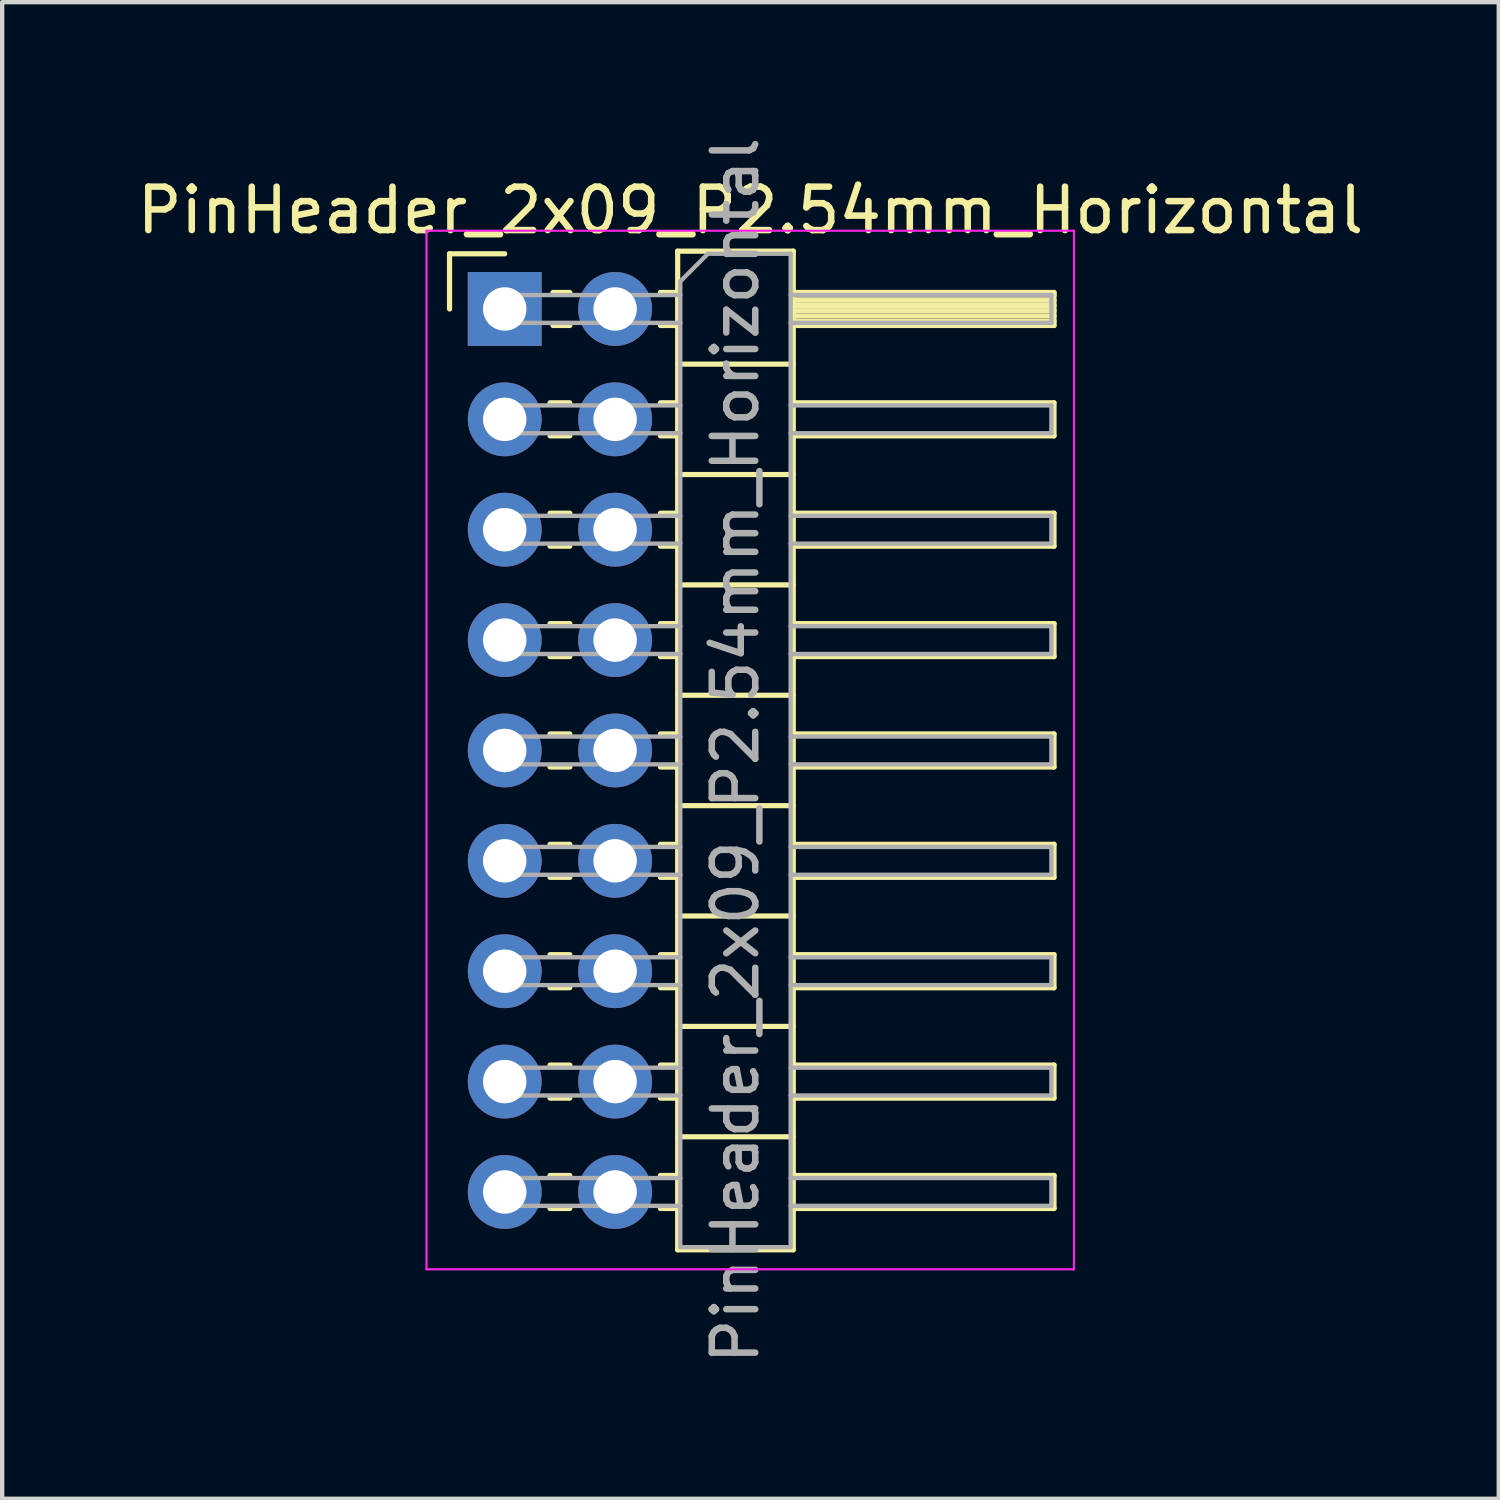
<source format=kicad_pcb>
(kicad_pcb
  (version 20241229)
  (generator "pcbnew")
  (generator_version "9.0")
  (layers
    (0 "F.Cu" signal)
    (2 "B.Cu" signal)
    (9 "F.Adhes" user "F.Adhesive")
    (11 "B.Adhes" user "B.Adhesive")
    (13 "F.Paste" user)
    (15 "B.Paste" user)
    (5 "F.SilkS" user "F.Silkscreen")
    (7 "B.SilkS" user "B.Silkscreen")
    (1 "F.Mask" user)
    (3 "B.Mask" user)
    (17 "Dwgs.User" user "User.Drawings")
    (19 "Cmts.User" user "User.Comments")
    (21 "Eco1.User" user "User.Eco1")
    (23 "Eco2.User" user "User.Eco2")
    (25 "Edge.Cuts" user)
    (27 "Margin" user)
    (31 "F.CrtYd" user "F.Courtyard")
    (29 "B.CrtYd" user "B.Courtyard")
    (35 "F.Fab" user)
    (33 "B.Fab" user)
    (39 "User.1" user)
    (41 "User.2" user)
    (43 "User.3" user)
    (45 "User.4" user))
  (footprint "PinHeader_2x09_P2.54mm_Horizontal"
    (layer "F.Cu")
    (at 8.565 4.06)
    (property "Reference" "PinHeader_2x09_P2.54mm_Horizontal" (at 5.655 -2.27 0) (layer "F.SilkS") (effects (font (size 1 1) (thickness 0.15))))
    (attr through_hole)
    (fp_line (start -1.27 -1.27) (end 0 -1.27) (stroke (width 0.12) (type solid)) (layer "F.SilkS"))
    (fp_line (start -1.27 0) (end -1.27 -1.27) (stroke (width 0.12) (type solid)) (layer "F.SilkS"))
    (fp_line (start 1.043 2.16) (end 1.497 2.16) (stroke (width 0.12) (type solid)) (layer "F.SilkS"))
    (fp_line (start 1.043 2.92) (end 1.497 2.92) (stroke (width 0.12) (type solid)) (layer "F.SilkS"))
    (fp_line (start 1.043 4.7) (end 1.497 4.7) (stroke (width 0.12) (type solid)) (layer "F.SilkS"))
    (fp_line (start 1.043 5.46) (end 1.497 5.46) (stroke (width 0.12) (type solid)) (layer "F.SilkS"))
    (fp_line (start 1.043 7.24) (end 1.497 7.24) (stroke (width 0.12) (type solid)) (layer "F.SilkS"))
    (fp_line (start 1.043 8) (end 1.497 8) (stroke (width 0.12) (type solid)) (layer "F.SilkS"))
    (fp_line (start 1.043 9.78) (end 1.497 9.78) (stroke (width 0.12) (type solid)) (layer "F.SilkS"))
    (fp_line (start 1.043 10.54) (end 1.497 10.54) (stroke (width 0.12) (type solid)) (layer "F.SilkS"))
    (fp_line (start 1.043 12.32) (end 1.497 12.32) (stroke (width 0.12) (type solid)) (layer "F.SilkS"))
    (fp_line (start 1.043 13.08) (end 1.497 13.08) (stroke (width 0.12) (type solid)) (layer "F.SilkS"))
    (fp_line (start 1.043 14.86) (end 1.497 14.86) (stroke (width 0.12) (type solid)) (layer "F.SilkS"))
    (fp_line (start 1.043 15.62) (end 1.497 15.62) (stroke (width 0.12) (type solid)) (layer "F.SilkS"))
    (fp_line (start 1.043 17.4) (end 1.497 17.4) (stroke (width 0.12) (type solid)) (layer "F.SilkS"))
    (fp_line (start 1.043 18.16) (end 1.497 18.16) (stroke (width 0.12) (type solid)) (layer "F.SilkS"))
    (fp_line (start 1.043 19.94) (end 1.497 19.94) (stroke (width 0.12) (type solid)) (layer "F.SilkS"))
    (fp_line (start 1.043 20.7) (end 1.497 20.7) (stroke (width 0.12) (type solid)) (layer "F.SilkS"))
    (fp_line (start 1.11 -0.38) (end 1.497 -0.38) (stroke (width 0.12) (type solid)) (layer "F.SilkS"))
    (fp_line (start 1.11 0.38) (end 1.497 0.38) (stroke (width 0.12) (type solid)) (layer "F.SilkS"))
    (fp_line (start 3.583 -0.38) (end 3.98 -0.38) (stroke (width 0.12) (type solid)) (layer "F.SilkS"))
    (fp_line (start 3.583 0.38) (end 3.98 0.38) (stroke (width 0.12) (type solid)) (layer "F.SilkS"))
    (fp_line (start 3.583 2.16) (end 3.98 2.16) (stroke (width 0.12) (type solid)) (layer "F.SilkS"))
    (fp_line (start 3.583 2.92) (end 3.98 2.92) (stroke (width 0.12) (type solid)) (layer "F.SilkS"))
    (fp_line (start 3.583 4.7) (end 3.98 4.7) (stroke (width 0.12) (type solid)) (layer "F.SilkS"))
    (fp_line (start 3.583 5.46) (end 3.98 5.46) (stroke (width 0.12) (type solid)) (layer "F.SilkS"))
    (fp_line (start 3.583 7.24) (end 3.98 7.24) (stroke (width 0.12) (type solid)) (layer "F.SilkS"))
    (fp_line (start 3.583 8) (end 3.98 8) (stroke (width 0.12) (type solid)) (layer "F.SilkS"))
    (fp_line (start 3.583 9.78) (end 3.98 9.78) (stroke (width 0.12) (type solid)) (layer "F.SilkS"))
    (fp_line (start 3.583 10.54) (end 3.98 10.54) (stroke (width 0.12) (type solid)) (layer "F.SilkS"))
    (fp_line (start 3.583 12.32) (end 3.98 12.32) (stroke (width 0.12) (type solid)) (layer "F.SilkS"))
    (fp_line (start 3.583 13.08) (end 3.98 13.08) (stroke (width 0.12) (type solid)) (layer "F.SilkS"))
    (fp_line (start 3.583 14.86) (end 3.98 14.86) (stroke (width 0.12) (type solid)) (layer "F.SilkS"))
    (fp_line (start 3.583 15.62) (end 3.98 15.62) (stroke (width 0.12) (type solid)) (layer "F.SilkS"))
    (fp_line (start 3.583 17.4) (end 3.98 17.4) (stroke (width 0.12) (type solid)) (layer "F.SilkS"))
    (fp_line (start 3.583 18.16) (end 3.98 18.16) (stroke (width 0.12) (type solid)) (layer "F.SilkS"))
    (fp_line (start 3.583 19.94) (end 3.98 19.94) (stroke (width 0.12) (type solid)) (layer "F.SilkS"))
    (fp_line (start 3.583 20.7) (end 3.98 20.7) (stroke (width 0.12) (type solid)) (layer "F.SilkS"))
    (fp_line (start 3.98 -1.33) (end 3.98 21.65) (stroke (width 0.12) (type solid)) (layer "F.SilkS"))
    (fp_line (start 3.98 1.27) (end 6.64 1.27) (stroke (width 0.12) (type solid)) (layer "F.SilkS"))
    (fp_line (start 3.98 3.81) (end 6.64 3.81) (stroke (width 0.12) (type solid)) (layer "F.SilkS"))
    (fp_line (start 3.98 6.35) (end 6.64 6.35) (stroke (width 0.12) (type solid)) (layer "F.SilkS"))
    (fp_line (start 3.98 8.89) (end 6.64 8.89) (stroke (width 0.12) (type solid)) (layer "F.SilkS"))
    (fp_line (start 3.98 11.43) (end 6.64 11.43) (stroke (width 0.12) (type solid)) (layer "F.SilkS"))
    (fp_line (start 3.98 13.97) (end 6.64 13.97) (stroke (width 0.12) (type solid)) (layer "F.SilkS"))
    (fp_line (start 3.98 16.51) (end 6.64 16.51) (stroke (width 0.12) (type solid)) (layer "F.SilkS"))
    (fp_line (start 3.98 19.05) (end 6.64 19.05) (stroke (width 0.12) (type solid)) (layer "F.SilkS"))
    (fp_line (start 3.98 21.65) (end 6.64 21.65) (stroke (width 0.12) (type solid)) (layer "F.SilkS"))
    (fp_line (start 6.64 -1.33) (end 3.98 -1.33) (stroke (width 0.12) (type solid)) (layer "F.SilkS"))
    (fp_line (start 6.64 -0.38) (end 12.64 -0.38) (stroke (width 0.12) (type solid)) (layer "F.SilkS"))
    (fp_line (start 6.64 -0.32) (end 12.64 -0.32) (stroke (width 0.12) (type solid)) (layer "F.SilkS"))
    (fp_line (start 6.64 -0.2) (end 12.64 -0.2) (stroke (width 0.12) (type solid)) (layer "F.SilkS"))
    (fp_line (start 6.64 -0.08) (end 12.64 -0.08) (stroke (width 0.12) (type solid)) (layer "F.SilkS"))
    (fp_line (start 6.64 0.04) (end 12.64 0.04) (stroke (width 0.12) (type solid)) (layer "F.SilkS"))
    (fp_line (start 6.64 0.16) (end 12.64 0.16) (stroke (width 0.12) (type solid)) (layer "F.SilkS"))
    (fp_line (start 6.64 0.28) (end 12.64 0.28) (stroke (width 0.12) (type solid)) (layer "F.SilkS"))
    (fp_line (start 6.64 2.16) (end 12.64 2.16) (stroke (width 0.12) (type solid)) (layer "F.SilkS"))
    (fp_line (start 6.64 4.7) (end 12.64 4.7) (stroke (width 0.12) (type solid)) (layer "F.SilkS"))
    (fp_line (start 6.64 7.24) (end 12.64 7.24) (stroke (width 0.12) (type solid)) (layer "F.SilkS"))
    (fp_line (start 6.64 9.78) (end 12.64 9.78) (stroke (width 0.12) (type solid)) (layer "F.SilkS"))
    (fp_line (start 6.64 12.32) (end 12.64 12.32) (stroke (width 0.12) (type solid)) (layer "F.SilkS"))
    (fp_line (start 6.64 14.86) (end 12.64 14.86) (stroke (width 0.12) (type solid)) (layer "F.SilkS"))
    (fp_line (start 6.64 17.4) (end 12.64 17.4) (stroke (width 0.12) (type solid)) (layer "F.SilkS"))
    (fp_line (start 6.64 19.94) (end 12.64 19.94) (stroke (width 0.12) (type solid)) (layer "F.SilkS"))
    (fp_line (start 6.64 21.65) (end 6.64 -1.33) (stroke (width 0.12) (type solid)) (layer "F.SilkS"))
    (fp_line (start 12.64 -0.38) (end 12.64 0.38) (stroke (width 0.12) (type solid)) (layer "F.SilkS"))
    (fp_line (start 12.64 0.38) (end 6.64 0.38) (stroke (width 0.12) (type solid)) (layer "F.SilkS"))
    (fp_line (start 12.64 2.16) (end 12.64 2.92) (stroke (width 0.12) (type solid)) (layer "F.SilkS"))
    (fp_line (start 12.64 2.92) (end 6.64 2.92) (stroke (width 0.12) (type solid)) (layer "F.SilkS"))
    (fp_line (start 12.64 4.7) (end 12.64 5.46) (stroke (width 0.12) (type solid)) (layer "F.SilkS"))
    (fp_line (start 12.64 5.46) (end 6.64 5.46) (stroke (width 0.12) (type solid)) (layer "F.SilkS"))
    (fp_line (start 12.64 7.24) (end 12.64 8) (stroke (width 0.12) (type solid)) (layer "F.SilkS"))
    (fp_line (start 12.64 8) (end 6.64 8) (stroke (width 0.12) (type solid)) (layer "F.SilkS"))
    (fp_line (start 12.64 9.78) (end 12.64 10.54) (stroke (width 0.12) (type solid)) (layer "F.SilkS"))
    (fp_line (start 12.64 10.54) (end 6.64 10.54) (stroke (width 0.12) (type solid)) (layer "F.SilkS"))
    (fp_line (start 12.64 12.32) (end 12.64 13.08) (stroke (width 0.12) (type solid)) (layer "F.SilkS"))
    (fp_line (start 12.64 13.08) (end 6.64 13.08) (stroke (width 0.12) (type solid)) (layer "F.SilkS"))
    (fp_line (start 12.64 14.86) (end 12.64 15.62) (stroke (width 0.12) (type solid)) (layer "F.SilkS"))
    (fp_line (start 12.64 15.62) (end 6.64 15.62) (stroke (width 0.12) (type solid)) (layer "F.SilkS"))
    (fp_line (start 12.64 17.4) (end 12.64 18.16) (stroke (width 0.12) (type solid)) (layer "F.SilkS"))
    (fp_line (start 12.64 18.16) (end 6.64 18.16) (stroke (width 0.12) (type solid)) (layer "F.SilkS"))
    (fp_line (start 12.64 19.94) (end 12.64 20.7) (stroke (width 0.12) (type solid)) (layer "F.SilkS"))
    (fp_line (start 12.64 20.7) (end 6.64 20.7) (stroke (width 0.12) (type solid)) (layer "F.SilkS"))
    (fp_line (start -1.8 -1.8) (end -1.8 22.1) (stroke (width 0.05) (type solid)) (layer "F.CrtYd"))
    (fp_line (start -1.8 22.1) (end 13.1 22.1) (stroke (width 0.05) (type solid)) (layer "F.CrtYd"))
    (fp_line (start 13.1 -1.8) (end -1.8 -1.8) (stroke (width 0.05) (type solid)) (layer "F.CrtYd"))
    (fp_line (start 13.1 22.1) (end 13.1 -1.8) (stroke (width 0.05) (type solid)) (layer "F.CrtYd"))
    (fp_line (start -0.32 -0.32) (end -0.32 0.32) (stroke (width 0.1) (type solid)) (layer "F.Fab"))
    (fp_line (start -0.32 -0.32) (end 4.04 -0.32) (stroke (width 0.1) (type solid)) (layer "F.Fab"))
    (fp_line (start -0.32 0.32) (end 4.04 0.32) (stroke (width 0.1) (type solid)) (layer "F.Fab"))
    (fp_line (start -0.32 2.22) (end -0.32 2.86) (stroke (width 0.1) (type solid)) (layer "F.Fab"))
    (fp_line (start -0.32 2.22) (end 4.04 2.22) (stroke (width 0.1) (type solid)) (layer "F.Fab"))
    (fp_line (start -0.32 2.86) (end 4.04 2.86) (stroke (width 0.1) (type solid)) (layer "F.Fab"))
    (fp_line (start -0.32 4.76) (end -0.32 5.4) (stroke (width 0.1) (type solid)) (layer "F.Fab"))
    (fp_line (start -0.32 4.76) (end 4.04 4.76) (stroke (width 0.1) (type solid)) (layer "F.Fab"))
    (fp_line (start -0.32 5.4) (end 4.04 5.4) (stroke (width 0.1) (type solid)) (layer "F.Fab"))
    (fp_line (start -0.32 7.3) (end -0.32 7.94) (stroke (width 0.1) (type solid)) (layer "F.Fab"))
    (fp_line (start -0.32 7.3) (end 4.04 7.3) (stroke (width 0.1) (type solid)) (layer "F.Fab"))
    (fp_line (start -0.32 7.94) (end 4.04 7.94) (stroke (width 0.1) (type solid)) (layer "F.Fab"))
    (fp_line (start -0.32 9.84) (end -0.32 10.48) (stroke (width 0.1) (type solid)) (layer "F.Fab"))
    (fp_line (start -0.32 9.84) (end 4.04 9.84) (stroke (width 0.1) (type solid)) (layer "F.Fab"))
    (fp_line (start -0.32 10.48) (end 4.04 10.48) (stroke (width 0.1) (type solid)) (layer "F.Fab"))
    (fp_line (start -0.32 12.38) (end -0.32 13.02) (stroke (width 0.1) (type solid)) (layer "F.Fab"))
    (fp_line (start -0.32 12.38) (end 4.04 12.38) (stroke (width 0.1) (type solid)) (layer "F.Fab"))
    (fp_line (start -0.32 13.02) (end 4.04 13.02) (stroke (width 0.1) (type solid)) (layer "F.Fab"))
    (fp_line (start -0.32 14.92) (end -0.32 15.56) (stroke (width 0.1) (type solid)) (layer "F.Fab"))
    (fp_line (start -0.32 14.92) (end 4.04 14.92) (stroke (width 0.1) (type solid)) (layer "F.Fab"))
    (fp_line (start -0.32 15.56) (end 4.04 15.56) (stroke (width 0.1) (type solid)) (layer "F.Fab"))
    (fp_line (start -0.32 17.46) (end -0.32 18.1) (stroke (width 0.1) (type solid)) (layer "F.Fab"))
    (fp_line (start -0.32 17.46) (end 4.04 17.46) (stroke (width 0.1) (type solid)) (layer "F.Fab"))
    (fp_line (start -0.32 18.1) (end 4.04 18.1) (stroke (width 0.1) (type solid)) (layer "F.Fab"))
    (fp_line (start -0.32 20) (end -0.32 20.64) (stroke (width 0.1) (type solid)) (layer "F.Fab"))
    (fp_line (start -0.32 20) (end 4.04 20) (stroke (width 0.1) (type solid)) (layer "F.Fab"))
    (fp_line (start -0.32 20.64) (end 4.04 20.64) (stroke (width 0.1) (type solid)) (layer "F.Fab"))
    (fp_line (start 4.04 -0.635) (end 4.675 -1.27) (stroke (width 0.1) (type solid)) (layer "F.Fab"))
    (fp_line (start 4.04 21.59) (end 4.04 -0.635) (stroke (width 0.1) (type solid)) (layer "F.Fab"))
    (fp_line (start 4.675 -1.27) (end 6.58 -1.27) (stroke (width 0.1) (type solid)) (layer "F.Fab"))
    (fp_line (start 6.58 -1.27) (end 6.58 21.59) (stroke (width 0.1) (type solid)) (layer "F.Fab"))
    (fp_line (start 6.58 -0.32) (end 12.58 -0.32) (stroke (width 0.1) (type solid)) (layer "F.Fab"))
    (fp_line (start 6.58 0.32) (end 12.58 0.32) (stroke (width 0.1) (type solid)) (layer "F.Fab"))
    (fp_line (start 6.58 2.22) (end 12.58 2.22) (stroke (width 0.1) (type solid)) (layer "F.Fab"))
    (fp_line (start 6.58 2.86) (end 12.58 2.86) (stroke (width 0.1) (type solid)) (layer "F.Fab"))
    (fp_line (start 6.58 4.76) (end 12.58 4.76) (stroke (width 0.1) (type solid)) (layer "F.Fab"))
    (fp_line (start 6.58 5.4) (end 12.58 5.4) (stroke (width 0.1) (type solid)) (layer "F.Fab"))
    (fp_line (start 6.58 7.3) (end 12.58 7.3) (stroke (width 0.1) (type solid)) (layer "F.Fab"))
    (fp_line (start 6.58 7.94) (end 12.58 7.94) (stroke (width 0.1) (type solid)) (layer "F.Fab"))
    (fp_line (start 6.58 9.84) (end 12.58 9.84) (stroke (width 0.1) (type solid)) (layer "F.Fab"))
    (fp_line (start 6.58 10.48) (end 12.58 10.48) (stroke (width 0.1) (type solid)) (layer "F.Fab"))
    (fp_line (start 6.58 12.38) (end 12.58 12.38) (stroke (width 0.1) (type solid)) (layer "F.Fab"))
    (fp_line (start 6.58 13.02) (end 12.58 13.02) (stroke (width 0.1) (type solid)) (layer "F.Fab"))
    (fp_line (start 6.58 14.92) (end 12.58 14.92) (stroke (width 0.1) (type solid)) (layer "F.Fab"))
    (fp_line (start 6.58 15.56) (end 12.58 15.56) (stroke (width 0.1) (type solid)) (layer "F.Fab"))
    (fp_line (start 6.58 17.46) (end 12.58 17.46) (stroke (width 0.1) (type solid)) (layer "F.Fab"))
    (fp_line (start 6.58 18.1) (end 12.58 18.1) (stroke (width 0.1) (type solid)) (layer "F.Fab"))
    (fp_line (start 6.58 20) (end 12.58 20) (stroke (width 0.1) (type solid)) (layer "F.Fab"))
    (fp_line (start 6.58 20.64) (end 12.58 20.64) (stroke (width 0.1) (type solid)) (layer "F.Fab"))
    (fp_line (start 6.58 21.59) (end 4.04 21.59) (stroke (width 0.1) (type solid)) (layer "F.Fab"))
    (fp_line (start 12.58 -0.32) (end 12.58 0.32) (stroke (width 0.1) (type solid)) (layer "F.Fab"))
    (fp_line (start 12.58 2.22) (end 12.58 2.86) (stroke (width 0.1) (type solid)) (layer "F.Fab"))
    (fp_line (start 12.58 4.76) (end 12.58 5.4) (stroke (width 0.1) (type solid)) (layer "F.Fab"))
    (fp_line (start 12.58 7.3) (end 12.58 7.94) (stroke (width 0.1) (type solid)) (layer "F.Fab"))
    (fp_line (start 12.58 9.84) (end 12.58 10.48) (stroke (width 0.1) (type solid)) (layer "F.Fab"))
    (fp_line (start 12.58 12.38) (end 12.58 13.02) (stroke (width 0.1) (type solid)) (layer "F.Fab"))
    (fp_line (start 12.58 14.92) (end 12.58 15.56) (stroke (width 0.1) (type solid)) (layer "F.Fab"))
    (fp_line (start 12.58 17.46) (end 12.58 18.1) (stroke (width 0.1) (type solid)) (layer "F.Fab"))
    (fp_line (start 12.58 20) (end 12.58 20.64) (stroke (width 0.1) (type solid)) (layer "F.Fab"))
    (fp_text user "${REFERENCE}" (at 5.31 10.16 90) (layer "F.Fab") (effects (font (size 1 1) (thickness 0.15))))
    (pad "1" thru_hole rect (at 0 0) (size 1.7 1.7) (drill 1) (layers "*.Cu" "*.Mask"))
    (pad "2" thru_hole oval (at 0 2.54) (size 1.7 1.7) (drill 1) (layers "*.Cu" "*.Mask"))
    (pad "3" thru_hole oval (at 0 5.08) (size 1.7 1.7) (drill 1) (layers "*.Cu" "*.Mask"))
    (pad "4" thru_hole oval (at 0 7.62) (size 1.7 1.7) (drill 1) (layers "*.Cu" "*.Mask"))
    (pad "5" thru_hole oval (at 0 10.16) (size 1.7 1.7) (drill 1) (layers "*.Cu" "*.Mask"))
    (pad "6" thru_hole oval (at 0 12.7) (size 1.7 1.7) (drill 1) (layers "*.Cu" "*.Mask"))
    (pad "7" thru_hole oval (at 0 15.24) (size 1.7 1.7) (drill 1) (layers "*.Cu" "*.Mask"))
    (pad "8" thru_hole oval (at 0 17.78) (size 1.7 1.7) (drill 1) (layers "*.Cu" "*.Mask"))
    (pad "9" thru_hole oval (at 0 20.32) (size 1.7 1.7) (drill 1) (layers "*.Cu" "*.Mask"))
    (pad "10" thru_hole oval (at 2.54 20.32) (size 1.7 1.7) (drill 1) (layers "*.Cu" "*.Mask"))
    (pad "11" thru_hole oval (at 2.54 17.78) (size 1.7 1.7) (drill 1) (layers "*.Cu" "*.Mask"))
    (pad "12" thru_hole oval (at 2.54 15.24) (size 1.7 1.7) (drill 1) (layers "*.Cu" "*.Mask"))
    (pad "13" thru_hole oval (at 2.54 12.7) (size 1.7 1.7) (drill 1) (layers "*.Cu" "*.Mask"))
    (pad "14" thru_hole oval (at 2.54 10.16) (size 1.7 1.7) (drill 1) (layers "*.Cu" "*.Mask"))
    (pad "15" thru_hole oval (at 2.54 7.62) (size 1.7 1.7) (drill 1) (layers "*.Cu" "*.Mask"))
    (pad "16" thru_hole oval (at 2.54 5.08) (size 1.7 1.7) (drill 1) (layers "*.Cu" "*.Mask"))
    (pad "17" thru_hole oval (at 2.54 2.54) (size 1.7 1.7) (drill 1) (layers "*.Cu" "*.Mask"))
    (pad "18" thru_hole oval (at 2.54 0) (size 1.7 1.7) (drill 1) (layers "*.Cu" "*.Mask")))
  (gr_rect
    (start -3 -3)
    (end 31.44 31.44)
    (stroke (width 0.1) (type default))
    (fill no)
    (layer "Edge.Cuts")))
</source>
